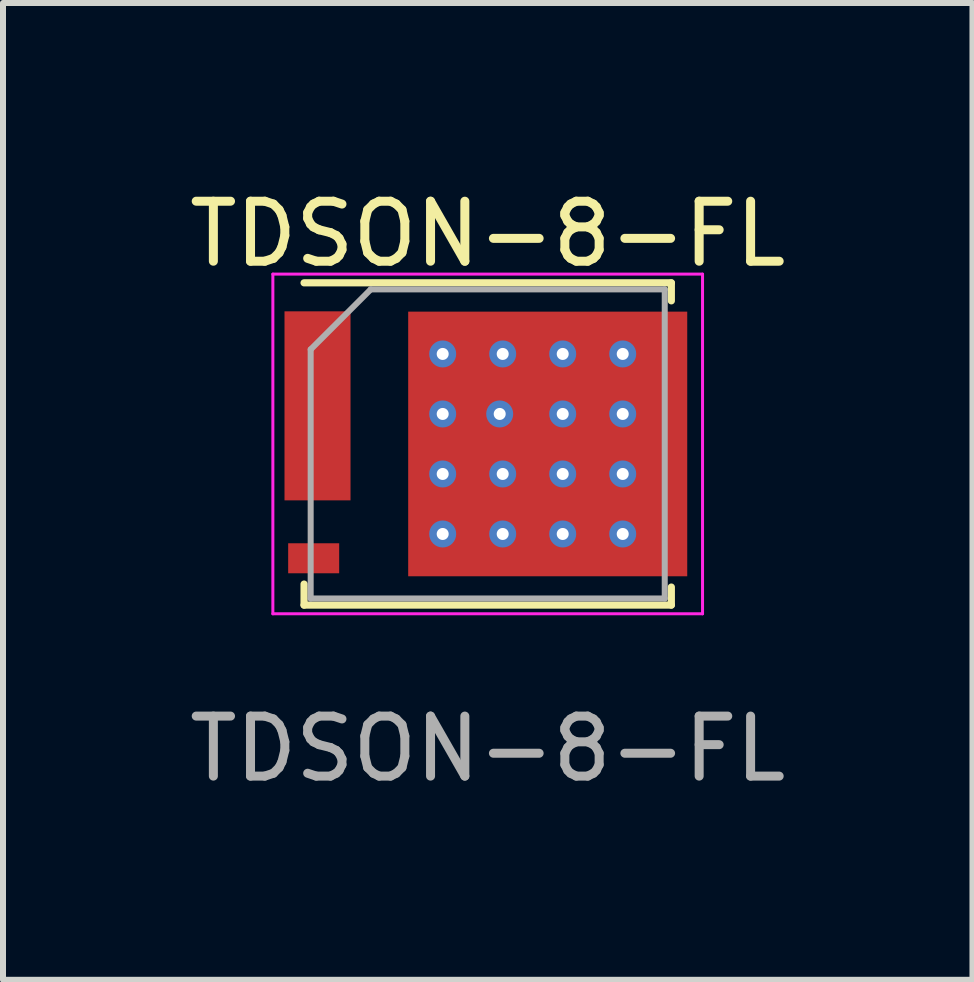
<source format=kicad_pcb>
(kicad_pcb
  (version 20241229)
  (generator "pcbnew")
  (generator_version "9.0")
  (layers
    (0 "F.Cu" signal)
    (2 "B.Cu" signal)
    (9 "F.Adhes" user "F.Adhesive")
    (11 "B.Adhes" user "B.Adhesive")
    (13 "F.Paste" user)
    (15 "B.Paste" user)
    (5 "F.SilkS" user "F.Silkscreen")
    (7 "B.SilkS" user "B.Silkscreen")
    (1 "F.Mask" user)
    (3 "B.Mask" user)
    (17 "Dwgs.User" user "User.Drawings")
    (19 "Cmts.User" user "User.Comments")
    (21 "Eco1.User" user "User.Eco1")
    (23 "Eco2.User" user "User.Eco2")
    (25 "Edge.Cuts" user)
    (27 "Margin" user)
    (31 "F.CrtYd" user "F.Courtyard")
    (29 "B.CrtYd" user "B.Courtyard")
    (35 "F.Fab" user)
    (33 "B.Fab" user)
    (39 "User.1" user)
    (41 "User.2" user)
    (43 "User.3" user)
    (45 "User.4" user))
  (footprint "TDSON-8-FL"
    (layer "F.Cu")
    (at 5.077 4.348)
    (property "Reference" "TDSON-8-FL" (at 0 -3.5 0) (layer "F.SilkS") (effects (font (size 1 1) (thickness 0.15))))
    (attr smd)
    (fp_line (start -3.06 2.335) (end -3.06 2.685) (stroke (width 0.12) (type solid)) (layer "F.SilkS"))
    (fp_line (start 3.06 -2.685) (end -3.06 -2.685) (stroke (width 0.12) (type solid)) (layer "F.SilkS"))
    (fp_line (start 3.06 -2.385) (end 3.06 -2.685) (stroke (width 0.12) (type solid)) (layer "F.SilkS"))
    (fp_line (start 3.06 2.385) (end 3.06 2.685) (stroke (width 0.12) (type solid)) (layer "F.SilkS"))
    (fp_line (start 3.06 2.685) (end -3.06 2.685) (stroke (width 0.12) (type solid)) (layer "F.SilkS"))
    (fp_line (start -3.58 -2.83) (end -3.58 2.83) (stroke (width 0.05) (type solid)) (layer "F.CrtYd"))
    (fp_line (start -3.58 2.83) (end 3.58 2.83) (stroke (width 0.05) (type solid)) (layer "F.CrtYd"))
    (fp_line (start 3.58 -2.83) (end -3.58 -2.83) (stroke (width 0.05) (type solid)) (layer "F.CrtYd"))
    (fp_line (start 3.58 2.83) (end 3.58 -2.83) (stroke (width 0.05) (type solid)) (layer "F.CrtYd"))
    (fp_line (start -2.95 2.575) (end -2.95 -1.575) (stroke (width 0.1) (type solid)) (layer "F.Fab"))
    (fp_line (start -1.95 -2.575) (end -2.95 -1.575) (stroke (width 0.1) (type solid)) (layer "F.Fab"))
    (fp_line (start -1.95 -2.575) (end 2.95 -2.575) (stroke (width 0.1) (type solid)) (layer "F.Fab"))
    (fp_line (start 2.95 -2.575) (end 2.95 2.575) (stroke (width 0.1) (type solid)) (layer "F.Fab"))
    (fp_line (start 2.95 2.575) (end -2.95 2.575) (stroke (width 0.1) (type solid)) (layer "F.Fab"))
    (fp_text user "${REFERENCE}" (at 0 5.08 0) (layer "F.Fab") (effects (font (size 1 1) (thickness 0.15))))
    (pad "" smd rect (at -3.013 -1.943) (size 0.5 0.4) (layers "F.Paste"))
    (pad "" smd rect (at -3.013 -0.639) (size 0.5 0.4) (layers "F.Paste"))
    (pad "" smd rect (at -3.013 0.655) (size 0.5 0.4) (layers "F.Paste"))
    (pad "" smd custom (at -2.6 -0.635) (size 0.6 3.1) (layers "F.Mask") (options (anchor rect)) (primitives (gr_poly (pts (xy -0.3 -1.05) (xy -0.72 -1.05) (xy -0.72 -1.55) (xy -0.3 -1.55)) (width 0) (fill yes)) (gr_poly (pts (xy -0.3 0.25) (xy -0.72 0.25) (xy -0.72 -0.25) (xy -0.3 -0.25)) (width 0) (fill yes)) (gr_poly (pts (xy -0.3 1.55) (xy -0.72 1.55) (xy -0.72 1.05) (xy -0.3 1.05)) (width 0) (fill yes))))
    (pad "" smd roundrect (at -2.52 -1.7) (size 0.3 0.8) (layers "F.Paste") (roundrect_rratio 0.25))
    (pad "" smd roundrect (at -2.52 -0.635) (size 0.3 0.8) (layers "F.Paste") (roundrect_rratio 0.25))
    (pad "" smd roundrect (at -2.52 0.4) (size 0.3 0.8) (layers "F.Paste") (roundrect_rratio 0.25))
    (pad "" smd roundrect (at -1.052 1) (size 0.3 0.8) (layers "F.Paste") (roundrect_rratio 0.3))
    (pad "" smd roundrect (at -1.051 0.006) (size 0.3 0.8) (layers "F.Paste") (roundrect_rratio 0.3))
    (pad "" smd roundrect (at -1.046 -1.003) (size 0.3 0.8) (layers "F.Paste") (roundrect_rratio 0.3))
    (pad "" smd roundrect (at -1.04 1.896) (size 0.3 0.5) (layers "F.Paste") (roundrect_rratio 0.3))
    (pad "" smd roundrect (at -1.036 -1.893) (size 0.3 0.5) (layers "F.Paste") (roundrect_rratio 0.3))
    (pad "" smd roundrect (at -0.267 -1.003) (size 0.8 0.8) (layers "F.Paste") (roundrect_rratio 0.25))
    (pad "" smd roundrect (at -0.26 0.011) (size 0.8 0.8) (layers "F.Paste") (roundrect_rratio 0.25))
    (pad "" smd roundrect (at -0.26 1.904) (size 0.8 0.5) (layers "F.Paste") (roundrect_rratio 0.25))
    (pad "" smd roundrect (at -0.254 -1.896) (size 0.8 0.5) (layers "F.Paste") (roundrect_rratio 0.25))
    (pad "" smd roundrect (at -0.241 0.987) (size 0.8 0.8) (layers "F.Paste") (roundrect_rratio 0.25))
    (pad "" smd custom (at 0.65 0) (size 3.75 4.41) (layers "F.Mask") (options (anchor rect)) (primitives (gr_poly (pts (xy 2.675 -1.605) (xy 1.875 -1.605) (xy 1.875 -2.205) (xy 2.675 -2.205)) (width 0) (fill yes)) (gr_poly (pts (xy 2.675 -0.335) (xy 1.875 -0.335) (xy 1.875 -0.935) (xy 2.675 -0.935)) (width 0) (fill yes)) (gr_poly (pts (xy 2.675 0.935) (xy 1.875 0.935) (xy 1.875 0.335) (xy 2.675 0.335)) (width 0) (fill yes)) (gr_poly (pts (xy 2.675 2.205) (xy 1.875 2.205) (xy 1.875 1.605) (xy 2.675 1.605)) (width 0) (fill yes))))
    (pad "" smd roundrect (at 0.726 -0.985) (size 0.8 0.8) (layers "F.Paste") (roundrect_rratio 0.25))
    (pad "" smd roundrect (at 0.746 -0.016) (size 0.8 0.8) (layers "F.Paste") (roundrect_rratio 0.25))
    (pad "" smd roundrect (at 0.752 -1.89) (size 0.8 0.5) (layers "F.Paste") (roundrect_rratio 0.25))
    (pad "" smd roundrect (at 0.759 0.999) (size 0.8 0.8) (layers "F.Paste") (roundrect_rratio 0.25))
    (pad "" smd roundrect (at 0.767 1.913) (size 0.8 0.5) (layers "F.Paste") (roundrect_rratio 0.25))
    (pad "" smd roundrect (at 1.747 -0.009) (size 0.8 0.8) (layers "F.Paste") (roundrect_rratio 0.25))
    (pad "" smd roundrect (at 1.747 0.999) (size 0.8 0.8) (layers "F.Paste") (roundrect_rratio 0.25))
    (pad "" smd roundrect (at 1.751 -1.902) (size 0.8 0.5) (layers "F.Paste") (roundrect_rratio 0.25))
    (pad "" smd roundrect (at 1.754 -1.005) (size 0.8 0.8) (layers "F.Paste") (roundrect_rratio 0.25))
    (pad "" smd roundrect (at 1.76 1.906) (size 0.8 0.5) (layers "F.Paste") (roundrect_rratio 0.25))
    (pad "" smd rect (at 2.905 -1.905) (size 0.75 0.5) (layers "F.Paste"))
    (pad "" smd rect (at 2.905 -0.635) (size 0.75 0.5) (layers "F.Paste"))
    (pad "" smd rect (at 2.905 0.635) (size 0.75 0.5) (layers "F.Paste"))
    (pad "" smd rect (at 2.905 1.905) (size 0.75 0.5) (layers "F.Paste"))
    (pad "1" smd rect (at -2.836 -0.635) (size 1.1 3.15) (layers "F.Cu"))
    (pad "4" smd rect (at -2.9 1.905) (size 0.85 0.5) (layers "F.Cu" "F.Mask" "F.Paste"))
    (pad "5" thru_hole circle (at -0.75 -1.5) (size 0.45 0.45) (drill 0.2) (property pad_prop_heatsink) (layers "*.Cu") (remove_unused_layers yes) (keep_end_layers yes) (zone_layer_connections))
    (pad "5" thru_hole circle (at -0.75 -0.5) (size 0.45 0.45) (drill 0.2) (property pad_prop_heatsink) (layers "*.Cu") (remove_unused_layers yes) (keep_end_layers yes) (zone_layer_connections))
    (pad "5" thru_hole circle (at -0.75 0.5) (size 0.45 0.45) (drill 0.2) (property pad_prop_heatsink) (layers "*.Cu") (remove_unused_layers yes) (keep_end_layers yes) (zone_layer_connections))
    (pad "5" thru_hole circle (at -0.75 1.5) (size 0.45 0.45) (drill 0.2) (property pad_prop_heatsink) (layers "*.Cu") (remove_unused_layers yes) (keep_end_layers yes) (zone_layer_connections))
    (pad "5" thru_hole circle (at 0.2 -0.5) (size 0.45 0.45) (drill 0.2) (property pad_prop_heatsink) (layers "*.Cu") (remove_unused_layers yes) (keep_end_layers yes) (zone_layer_connections))
    (pad "5" thru_hole circle (at 0.25 -1.5) (size 0.45 0.45) (drill 0.2) (property pad_prop_heatsink) (layers "*.Cu") (remove_unused_layers yes) (keep_end_layers yes) (zone_layer_connections))
    (pad "5" thru_hole circle (at 0.25 0.5) (size 0.45 0.45) (drill 0.2) (property pad_prop_heatsink) (layers "*.Cu") (remove_unused_layers yes) (keep_end_layers yes) (zone_layer_connections))
    (pad "5" thru_hole circle (at 0.25 1.5) (size 0.45 0.45) (drill 0.2) (property pad_prop_heatsink) (layers "*.Cu") (remove_unused_layers yes) (keep_end_layers yes) (zone_layer_connections))
    (pad "5" smd custom (at 1 0) (size 4.65 4.41) (layers "F.Cu") (options (anchor rect)) (primitives (gr_bbox (start -0.75 -0.75) (end 0.75 0.75) (fill no))))
    (pad "5" thru_hole circle (at 1.25 -1.5) (size 0.45 0.45) (drill 0.2) (property pad_prop_heatsink) (layers "*.Cu") (remove_unused_layers yes) (keep_end_layers yes) (zone_layer_connections))
    (pad "5" thru_hole circle (at 1.25 -0.5) (size 0.45 0.45) (drill 0.2) (property pad_prop_heatsink) (layers "*.Cu") (remove_unused_layers yes) (keep_end_layers yes) (zone_layer_connections))
    (pad "5" thru_hole circle (at 1.25 0.5) (size 0.45 0.45) (drill 0.2) (property pad_prop_heatsink) (layers "*.Cu") (remove_unused_layers yes) (keep_end_layers yes) (zone_layer_connections))
    (pad "5" thru_hole circle (at 1.25 1.5) (size 0.45 0.45) (drill 0.2) (property pad_prop_heatsink) (layers "*.Cu") (remove_unused_layers yes) (keep_end_layers yes) (zone_layer_connections))
    (pad "5" thru_hole circle (at 2.25 -1.5) (size 0.45 0.45) (drill 0.2) (property pad_prop_heatsink) (layers "*.Cu") (remove_unused_layers yes) (keep_end_layers yes) (zone_layer_connections))
    (pad "5" thru_hole circle (at 2.25 -0.5) (size 0.45 0.45) (drill 0.2) (property pad_prop_heatsink) (layers "*.Cu") (remove_unused_layers yes) (keep_end_layers yes) (zone_layer_connections))
    (pad "5" thru_hole circle (at 2.25 0.5) (size 0.45 0.45) (drill 0.2) (property pad_prop_heatsink) (layers "*.Cu") (remove_unused_layers yes) (keep_end_layers yes) (zone_layer_connections))
    (pad "5" thru_hole circle (at 2.25 1.5) (size 0.45 0.45) (drill 0.2) (property pad_prop_heatsink) (layers "*.Cu") (remove_unused_layers yes) (keep_end_layers yes) (zone_layer_connections)))
  (gr_rect
    (start -3 -3)
    (end 13.155 13.277)
    (stroke (width 0.1) (type default))
    (fill no)
    (layer "Edge.Cuts")))
</source>
